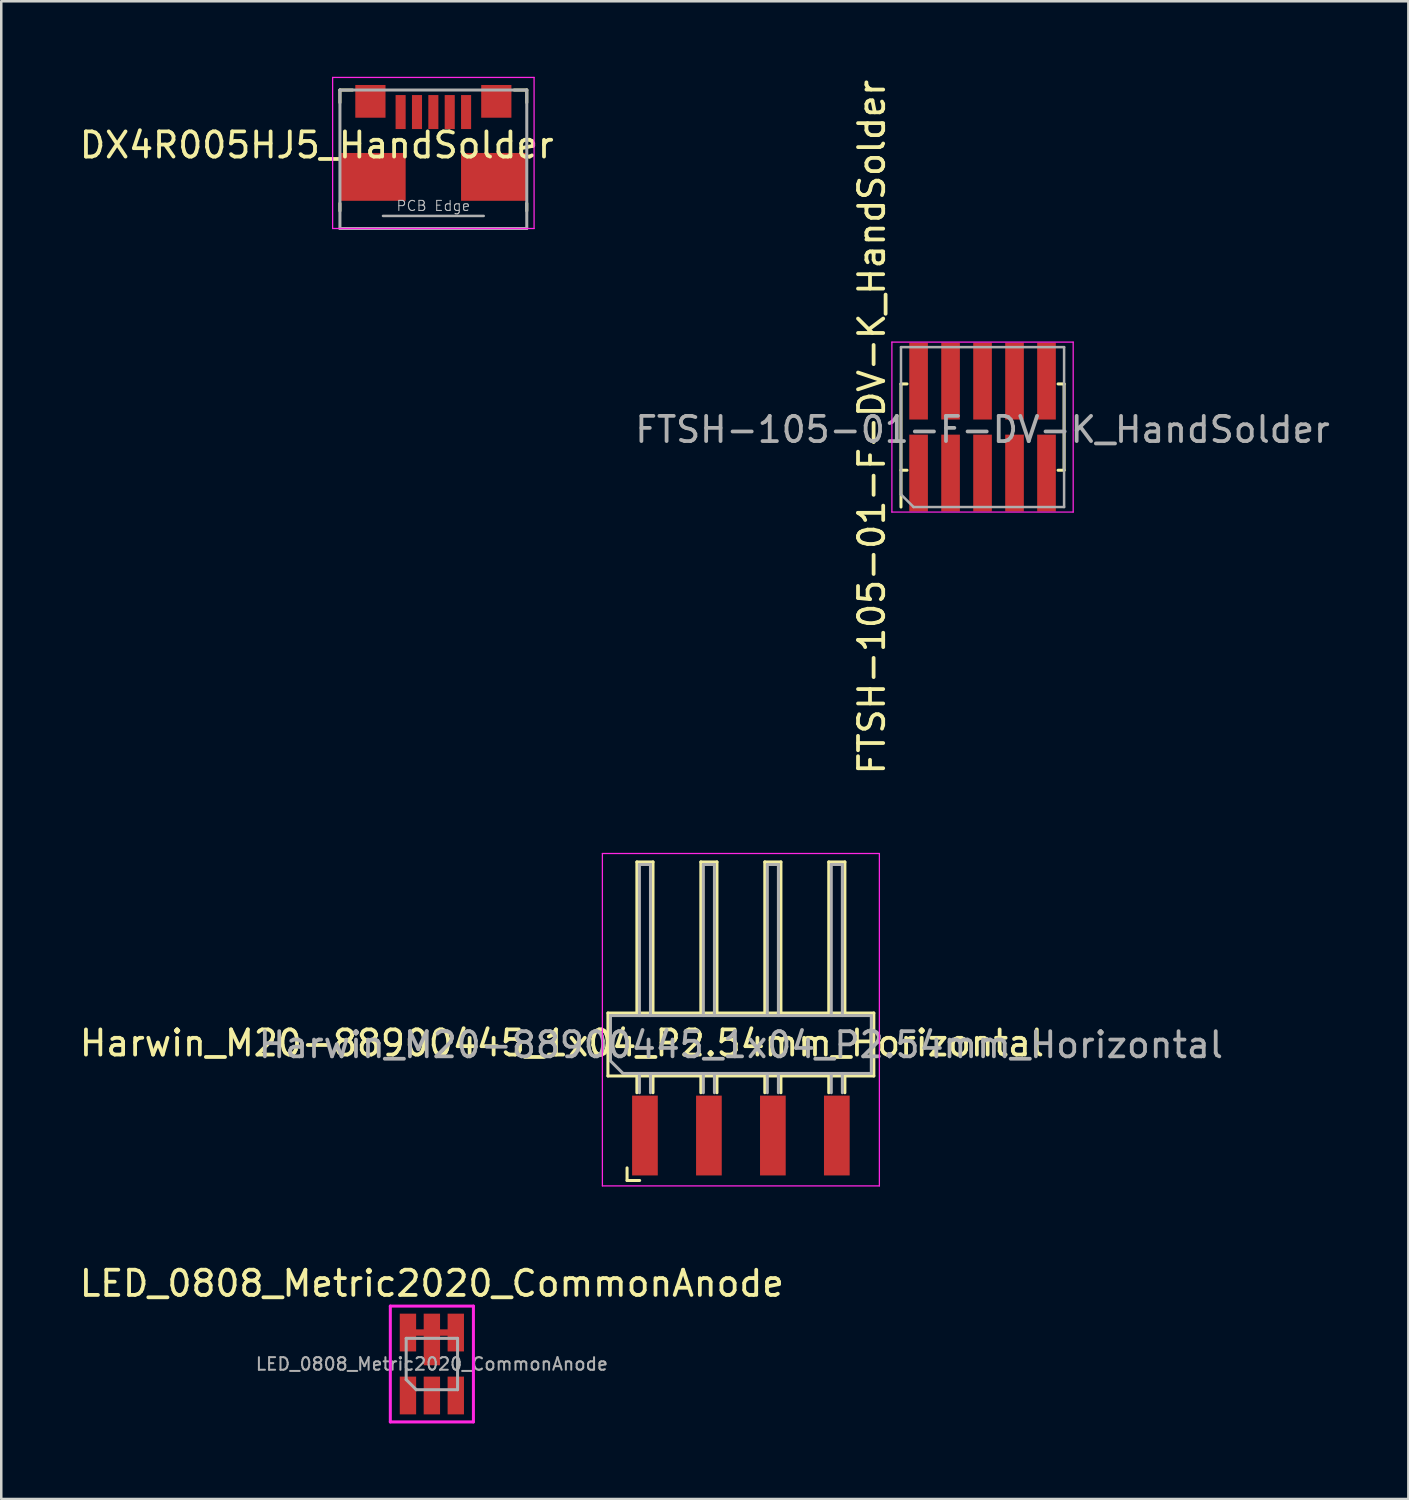
<source format=kicad_pcb>
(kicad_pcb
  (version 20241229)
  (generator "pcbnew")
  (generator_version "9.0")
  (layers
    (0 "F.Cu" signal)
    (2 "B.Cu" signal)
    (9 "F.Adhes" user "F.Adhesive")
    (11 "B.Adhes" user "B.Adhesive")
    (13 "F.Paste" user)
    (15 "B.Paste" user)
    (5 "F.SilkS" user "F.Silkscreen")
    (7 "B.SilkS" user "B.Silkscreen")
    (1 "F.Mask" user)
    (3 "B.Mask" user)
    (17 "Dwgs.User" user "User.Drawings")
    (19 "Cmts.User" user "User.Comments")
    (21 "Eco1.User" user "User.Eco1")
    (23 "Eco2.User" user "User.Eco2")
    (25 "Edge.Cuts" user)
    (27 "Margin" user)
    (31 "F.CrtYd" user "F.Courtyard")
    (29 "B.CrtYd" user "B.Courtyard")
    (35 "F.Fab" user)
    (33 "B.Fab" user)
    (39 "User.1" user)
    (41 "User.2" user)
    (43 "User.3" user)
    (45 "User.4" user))
  (footprint "Harwin_M20-88900445_1x04_P2.54mm_Horizontal"
    (layer "F.Cu")
    (at 26.373 42.046)
    (property "Reference" "Harwin_M20-88900445_1x04_P2.54mm_Horizontal" (at -7.105 -3.67 0) (layer "F.SilkS") (effects (font (size 1 1) (thickness 0.15))))
    (attr smd)
    (fp_line (start -5.28 -4.865) (end -5.28 -2.365) (stroke (width 0.12) (type solid)) (layer "F.SilkS"))
    (fp_line (start -5.28 -4.865) (end 5.28 -4.865) (stroke (width 0.12) (type solid)) (layer "F.SilkS"))
    (fp_line (start -5.28 -2.365) (end 5.28 -2.365) (stroke (width 0.12) (type solid)) (layer "F.SilkS"))
    (fp_line (start -4.52 1.285) (end -4.52 1.785) (stroke (width 0.12) (type solid)) (layer "F.SilkS"))
    (fp_line (start -4.52 1.785) (end -4.02 1.785) (stroke (width 0.12) (type solid)) (layer "F.SilkS"))
    (fp_line (start -4.13 -10.865) (end -3.49 -10.865) (stroke (width 0.12) (type solid)) (layer "F.SilkS"))
    (fp_line (start -4.13 -4.865) (end -4.13 -10.865) (stroke (width 0.12) (type solid)) (layer "F.SilkS"))
    (fp_line (start -4.13 -2.365) (end -4.13 -1.7) (stroke (width 0.12) (type solid)) (layer "F.SilkS"))
    (fp_line (start -3.49 -4.865) (end -3.49 -10.865) (stroke (width 0.12) (type solid)) (layer "F.SilkS"))
    (fp_line (start -3.49 -2.365) (end -3.49 -1.7) (stroke (width 0.12) (type solid)) (layer "F.SilkS"))
    (fp_line (start -1.59 -10.865) (end -0.95 -10.865) (stroke (width 0.12) (type solid)) (layer "F.SilkS"))
    (fp_line (start -1.59 -4.865) (end -1.59 -10.865) (stroke (width 0.12) (type solid)) (layer "F.SilkS"))
    (fp_line (start -1.59 -2.365) (end -1.59 -1.7) (stroke (width 0.12) (type solid)) (layer "F.SilkS"))
    (fp_line (start -0.95 -4.865) (end -0.95 -10.865) (stroke (width 0.12) (type solid)) (layer "F.SilkS"))
    (fp_line (start -0.95 -2.365) (end -0.95 -1.7) (stroke (width 0.12) (type solid)) (layer "F.SilkS"))
    (fp_line (start 0.95 -10.865) (end 1.59 -10.865) (stroke (width 0.12) (type solid)) (layer "F.SilkS"))
    (fp_line (start 0.95 -4.865) (end 0.95 -10.865) (stroke (width 0.12) (type solid)) (layer "F.SilkS"))
    (fp_line (start 0.95 -2.365) (end 0.95 -1.7) (stroke (width 0.12) (type solid)) (layer "F.SilkS"))
    (fp_line (start 1.59 -4.865) (end 1.59 -10.865) (stroke (width 0.12) (type solid)) (layer "F.SilkS"))
    (fp_line (start 1.59 -2.365) (end 1.59 -1.7) (stroke (width 0.12) (type solid)) (layer "F.SilkS"))
    (fp_line (start 3.49 -10.865) (end 4.13 -10.865) (stroke (width 0.12) (type solid)) (layer "F.SilkS"))
    (fp_line (start 3.49 -4.865) (end 3.49 -10.865) (stroke (width 0.12) (type solid)) (layer "F.SilkS"))
    (fp_line (start 3.49 -2.365) (end 3.49 -1.7) (stroke (width 0.12) (type solid)) (layer "F.SilkS"))
    (fp_line (start 4.13 -4.865) (end 4.13 -10.865) (stroke (width 0.12) (type solid)) (layer "F.SilkS"))
    (fp_line (start 4.13 -2.365) (end 4.13 -1.7) (stroke (width 0.12) (type solid)) (layer "F.SilkS"))
    (fp_line (start 5.28 -4.865) (end 5.28 -2.365) (stroke (width 0.12) (type solid)) (layer "F.SilkS"))
    (fp_line (start -5.5 -11.2) (end 5.5 -11.2) (stroke (width 0.05) (type solid)) (layer "F.CrtYd"))
    (fp_line (start -5.5 2) (end -5.5 -11.2) (stroke (width 0.05) (type solid)) (layer "F.CrtYd"))
    (fp_line (start 5.5 -11.2) (end 5.5 2) (stroke (width 0.05) (type solid)) (layer "F.CrtYd"))
    (fp_line (start 5.5 2) (end -5.5 2) (stroke (width 0.05) (type solid)) (layer "F.CrtYd"))
    (fp_line (start -5.18 -4.765) (end 5.18 -4.765) (stroke (width 0.12) (type solid)) (layer "F.Fab"))
    (fp_line (start -5.18 -2.965) (end -5.18 -4.765) (stroke (width 0.12) (type solid)) (layer "F.Fab"))
    (fp_line (start -4.68 -2.465) (end -5.18 -2.965) (stroke (width 0.12) (type solid)) (layer "F.Fab"))
    (fp_line (start -4.03 -10.765) (end -4.03 -4.765) (stroke (width 0.12) (type solid)) (layer "F.Fab"))
    (fp_line (start -4.03 -10.765) (end -3.59 -10.765) (stroke (width 0.12) (type solid)) (layer "F.Fab"))
    (fp_line (start -4.03 -2.465) (end -4.03 -1.7) (stroke (width 0.12) (type solid)) (layer "F.Fab"))
    (fp_line (start -3.59 -10.765) (end -3.59 -4.765) (stroke (width 0.12) (type solid)) (layer "F.Fab"))
    (fp_line (start -3.59 -2.465) (end -3.59 -1.7) (stroke (width 0.12) (type solid)) (layer "F.Fab"))
    (fp_line (start -1.49 -10.765) (end -1.49 -4.765) (stroke (width 0.12) (type solid)) (layer "F.Fab"))
    (fp_line (start -1.49 -10.765) (end -1.05 -10.765) (stroke (width 0.12) (type solid)) (layer "F.Fab"))
    (fp_line (start -1.49 -2.465) (end -1.49 -1.7) (stroke (width 0.12) (type solid)) (layer "F.Fab"))
    (fp_line (start -1.05 -10.765) (end -1.05 -4.765) (stroke (width 0.12) (type solid)) (layer "F.Fab"))
    (fp_line (start -1.05 -2.465) (end -1.05 -1.7) (stroke (width 0.12) (type solid)) (layer "F.Fab"))
    (fp_line (start 1.05 -10.765) (end 1.05 -4.765) (stroke (width 0.12) (type solid)) (layer "F.Fab"))
    (fp_line (start 1.05 -10.765) (end 1.49 -10.765) (stroke (width 0.12) (type solid)) (layer "F.Fab"))
    (fp_line (start 1.05 -2.465) (end 1.05 -1.7) (stroke (width 0.12) (type solid)) (layer "F.Fab"))
    (fp_line (start 1.49 -10.765) (end 1.49 -4.765) (stroke (width 0.12) (type solid)) (layer "F.Fab"))
    (fp_line (start 1.49 -2.465) (end 1.49 -1.7) (stroke (width 0.12) (type solid)) (layer "F.Fab"))
    (fp_line (start 3.59 -10.765) (end 3.59 -4.765) (stroke (width 0.12) (type solid)) (layer "F.Fab"))
    (fp_line (start 3.59 -10.765) (end 4.03 -10.765) (stroke (width 0.12) (type solid)) (layer "F.Fab"))
    (fp_line (start 3.59 -2.465) (end 3.59 -1.7) (stroke (width 0.12) (type solid)) (layer "F.Fab"))
    (fp_line (start 4.03 -10.765) (end 4.03 -4.765) (stroke (width 0.12) (type solid)) (layer "F.Fab"))
    (fp_line (start 4.03 -2.465) (end 4.03 -1.7) (stroke (width 0.12) (type solid)) (layer "F.Fab"))
    (fp_line (start 5.18 -4.765) (end 5.18 -2.465) (stroke (width 0.12) (type solid)) (layer "F.Fab"))
    (fp_line (start 5.18 -2.465) (end -4.68 -2.465) (stroke (width 0.12) (type solid)) (layer "F.Fab"))
    (fp_text user "${REFERENCE}" (at 0 -3.6 180) (layer "F.Fab") (effects (font (size 1 1) (thickness 0.15))))
    (pad "1" smd rect (at -3.81 0) (size 1.02 3.17) (layers "F.Cu" "F.Mask" "F.Paste"))
    (pad "2" smd rect (at -1.27 0) (size 1.02 3.17) (layers "F.Cu" "F.Mask" "F.Paste"))
    (pad "3" smd rect (at 1.27 0) (size 1.02 3.17) (layers "F.Cu" "F.Mask" "F.Paste"))
    (pad "4" smd rect (at 3.81 0) (size 1.02 3.17) (layers "F.Cu" "F.Mask" "F.Paste")))
  (footprint "FTSH-105-01-F-DV-K_HandSolder"
    (layer "F.Cu")
    (at 35.97 13.911)
    (property "Reference" "FTSH-105-01-F-DV-K_HandSolder" (at -4.4 0 90) (layer "F.SilkS") (effects (font (size 1 1) (thickness 0.15))))
    (attr smd)
    (fp_line (start -3.239 -1.714) (end -3 -1.714) (stroke (width 0.12) (type solid)) (layer "F.SilkS"))
    (fp_line (start -3.239 1.714) (end -3 1.714) (stroke (width 0.12) (type solid)) (layer "F.SilkS"))
    (fp_line (start -3.239 3.175) (end -3.239 -1.714) (stroke (width 0.12) (type solid)) (layer "F.SilkS"))
    (fp_line (start 3.239 -1.714) (end 3 -1.714) (stroke (width 0.12) (type solid)) (layer "F.SilkS"))
    (fp_line (start 3.239 -1.714) (end 3.239 1.714) (stroke (width 0.12) (type solid)) (layer "F.SilkS"))
    (fp_line (start 3.239 1.714) (end 3 1.714) (stroke (width 0.12) (type solid)) (layer "F.SilkS"))
    (fp_line (start -3.6 -3.375) (end 3.6 -3.375) (stroke (width 0.05) (type solid)) (layer "F.CrtYd"))
    (fp_line (start -3.6 3.375) (end -3.6 -3.375) (stroke (width 0.05) (type solid)) (layer "F.CrtYd"))
    (fp_line (start 3.6 -3.375) (end 3.6 3.375) (stroke (width 0.05) (type solid)) (layer "F.CrtYd"))
    (fp_line (start 3.6 3.375) (end -3.6 3.375) (stroke (width 0.05) (type solid)) (layer "F.CrtYd"))
    (fp_line (start -3.239 -3.175) (end 3.239 -3.175) (stroke (width 0.1) (type solid)) (layer "F.Fab"))
    (fp_line (start -3.239 2.675) (end -3.239 -3.175) (stroke (width 0.1) (type solid)) (layer "F.Fab"))
    (fp_line (start -3.239 2.675) (end -2.739 3.175) (stroke (width 0.1) (type solid)) (layer "F.Fab"))
    (fp_line (start 3.239 -3.175) (end 3.239 3.175) (stroke (width 0.1) (type solid)) (layer "F.Fab"))
    (fp_line (start 3.239 3.175) (end -2.739 3.175) (stroke (width 0.1) (type solid)) (layer "F.Fab"))
    (fp_text user "${REFERENCE}" (at 0 0.1 0) (layer "F.Fab") (effects (font (size 1 1) (thickness 0.15))))
    (pad "1" smd rect (at -2.54 1.825) (size 0.74 3.05) (layers "F.Cu" "F.Mask" "F.Paste"))
    (pad "2" smd rect (at -2.54 -1.825) (size 0.74 3.05) (layers "F.Cu" "F.Mask" "F.Paste"))
    (pad "3" smd rect (at -1.27 1.825) (size 0.74 3.05) (layers "F.Cu" "F.Mask" "F.Paste"))
    (pad "4" smd rect (at -1.27 -1.825) (size 0.74 3.05) (layers "F.Cu" "F.Mask" "F.Paste"))
    (pad "5" smd rect (at 0 1.825) (size 0.74 3.05) (layers "F.Cu" "F.Mask" "F.Paste"))
    (pad "6" smd rect (at 0 -1.825) (size 0.74 3.05) (layers "F.Cu" "F.Mask" "F.Paste"))
    (pad "7" smd rect (at 1.27 1.825) (size 0.74 3.05) (layers "F.Cu" "F.Mask" "F.Paste"))
    (pad "8" smd rect (at 1.27 -1.825) (size 0.74 3.05) (layers "F.Cu" "F.Mask" "F.Paste"))
    (pad "9" smd rect (at 2.54 1.825) (size 0.74 3.05) (layers "F.Cu" "F.Mask" "F.Paste"))
    (pad "10" smd rect (at 2.54 -1.825) (size 0.74 3.05) (layers "F.Cu" "F.Mask" "F.Paste")))
  (footprint "LED_0808_Metric2020_CommonAnode"
    (layer "F.Cu")
    (at 14.101 51.12)
    (property "Reference" "LED_0808_Metric2020_CommonAnode" (at 0 -3.2 0) (layer "F.SilkS") (effects (font (size 1 1) (thickness 0.15))))
    (attr smd)
    (fp_line (start -1.65 -2.3) (end 1.65 -2.3) (stroke (width 0.12) (type solid)) (layer "F.CrtYd"))
    (fp_line (start -1.65 2.3) (end -1.65 -2.3) (stroke (width 0.12) (type solid)) (layer "F.CrtYd"))
    (fp_line (start 1.65 -2.3) (end 1.65 2.3) (stroke (width 0.12) (type solid)) (layer "F.CrtYd"))
    (fp_line (start 1.65 2.3) (end -1.65 2.3) (stroke (width 0.12) (type solid)) (layer "F.CrtYd"))
    (fp_line (start -1.02 -1.02) (end 1.02 -1.02) (stroke (width 0.12) (type solid)) (layer "F.Fab"))
    (fp_line (start -1.02 0.62) (end -1.02 -1.02) (stroke (width 0.12) (type solid)) (layer "F.Fab"))
    (fp_line (start -0.62 1.02) (end -1.02 0.62) (stroke (width 0.12) (type solid)) (layer "F.Fab"))
    (fp_line (start 1.02 -1.02) (end 1.02 1.02) (stroke (width 0.12) (type solid)) (layer "F.Fab"))
    (fp_line (start 1.02 1.02) (end -0.62 1.02) (stroke (width 0.12) (type solid)) (layer "F.Fab"))
    (fp_text user "${REFERENCE}" (at 0 0 0) (layer "F.Fab") (effects (font (size 0.5 0.5) (thickness 0.08))))
    (pad "1" smd rect (at -0.95 1.25) (size 0.65 1.5) (layers "F.Cu" "F.Mask" "F.Paste"))
    (pad "2" smd rect (at 0 1.25) (size 0.65 1.5) (layers "F.Cu" "F.Mask" "F.Paste"))
    (pad "3" smd rect (at 0.95 1.25) (size 0.65 1.5) (layers "F.Cu" "F.Mask" "F.Paste"))
    (pad "4" smd rect (at -0.95 -1.25) (size 0.65 1.5) (layers "F.Cu" "F.Mask" "F.Paste"))
    (pad "4" smd rect (at 0 -1.25) (size 1.9 0.254) (layers "F.Cu" "F.Mask" "F.Paste"))
    (pad "4" smd rect (at 0 -0.975) (size 0.65 2.05) (layers "F.Cu" "F.Mask" "F.Paste"))
    (pad "4" smd rect (at 0.95 -1.25) (size 0.65 1.5) (layers "F.Cu" "F.Mask" "F.Paste")))
  (footprint "DX4R005HJ5_HandSolder"
    (layer "F.Cu")
    (at 14.16 5.525)
    (property "Reference" "DX4R005HJ5_HandSolder" (at -4.63 -2.812 180) (layer "F.SilkS") (effects (font (size 1 1) (thickness 0.15))))
    (attr smd)
    (fp_line (start -3.71 -5) (end -3.21 -5) (stroke (width 0.12) (type solid)) (layer "F.SilkS"))
    (fp_line (start -3.71 -4.5) (end -3.71 -5) (stroke (width 0.12) (type solid)) (layer "F.SilkS"))
    (fp_line (start -3.71 -0.2) (end -3.71 -0.5) (stroke (width 0.12) (type solid)) (layer "F.SilkS"))
    (fp_line (start 3.21 -5) (end 3.71 -5) (stroke (width 0.12) (type solid)) (layer "F.SilkS"))
    (fp_line (start 3.71 -5) (end 3.71 -4.5) (stroke (width 0.12) (type solid)) (layer "F.SilkS"))
    (fp_line (start 3.71 -0.2) (end 3.71 -0.5) (stroke (width 0.12) (type solid)) (layer "F.SilkS"))
    (fp_line (start -4 -5.5) (end 4 -5.5) (stroke (width 0.05) (type solid)) (layer "F.CrtYd"))
    (fp_line (start -4 0.5) (end -4 -5.5) (stroke (width 0.05) (type solid)) (layer "F.CrtYd"))
    (fp_line (start 4 -5.5) (end 4 0.5) (stroke (width 0.05) (type solid)) (layer "F.CrtYd"))
    (fp_line (start 4 0.5) (end -4 0.5) (stroke (width 0.05) (type solid)) (layer "F.CrtYd"))
    (fp_line (start -3.71 -5) (end 3.71 -5) (stroke (width 0.12) (type solid)) (layer "F.Fab"))
    (fp_line (start -3.71 0.5) (end -3.71 -5) (stroke (width 0.12) (type solid)) (layer "F.Fab"))
    (fp_line (start -2 0) (end 2 0) (stroke (width 0.1) (type solid)) (layer "F.Fab"))
    (fp_line (start 3.71 -5) (end 3.71 0.5) (stroke (width 0.12) (type solid)) (layer "F.Fab"))
    (fp_line (start 3.71 0.5) (end -3.71 0.5) (stroke (width 0.12) (type solid)) (layer "F.Fab"))
    (fp_text user "PCB Edge" (at 0 -0.4 180) (layer "Dwgs.User") (effects (font (size 0.4 0.4) (thickness 0.04))))
    (pad "1" smd rect (at -1.3 -4.125) (size 0.4 1.35) (layers "F.Cu" "F.Mask" "F.Paste"))
    (pad "2" smd rect (at -0.65 -4.125) (size 0.4 1.35) (layers "F.Cu" "F.Mask" "F.Paste"))
    (pad "3" smd rect (at 0 -4.125) (size 0.4 1.35) (layers "F.Cu" "F.Mask" "F.Paste"))
    (pad "4" smd rect (at 0.65 -4.125) (size 0.4 1.35) (layers "F.Cu" "F.Mask" "F.Paste"))
    (pad "5" smd rect (at 1.3 -4.125) (size 0.4 1.35) (layers "F.Cu" "F.Mask" "F.Paste"))
    (pad "6" smd rect (at -2.5 -4.55) (size 1.2 1.3) (layers "F.Cu" "F.Mask" "F.Paste"))
    (pad "6" smd rect (at -2.405 -1.55) (size 2.61 1.9) (layers "F.Cu" "F.Mask" "F.Paste"))
    (pad "6" smd rect (at 2.405 -1.55) (size 2.61 1.9) (layers "F.Cu" "F.Mask" "F.Paste"))
    (pad "6" smd rect (at 2.5 -4.55) (size 1.2 1.3) (layers "F.Cu" "F.Mask" "F.Paste")))
  (gr_rect
    (start -3 -3)
    (end 52.881 56.48)
    (stroke (width 0.1) (type default))
    (fill no)
    (layer "Edge.Cuts")))
</source>
